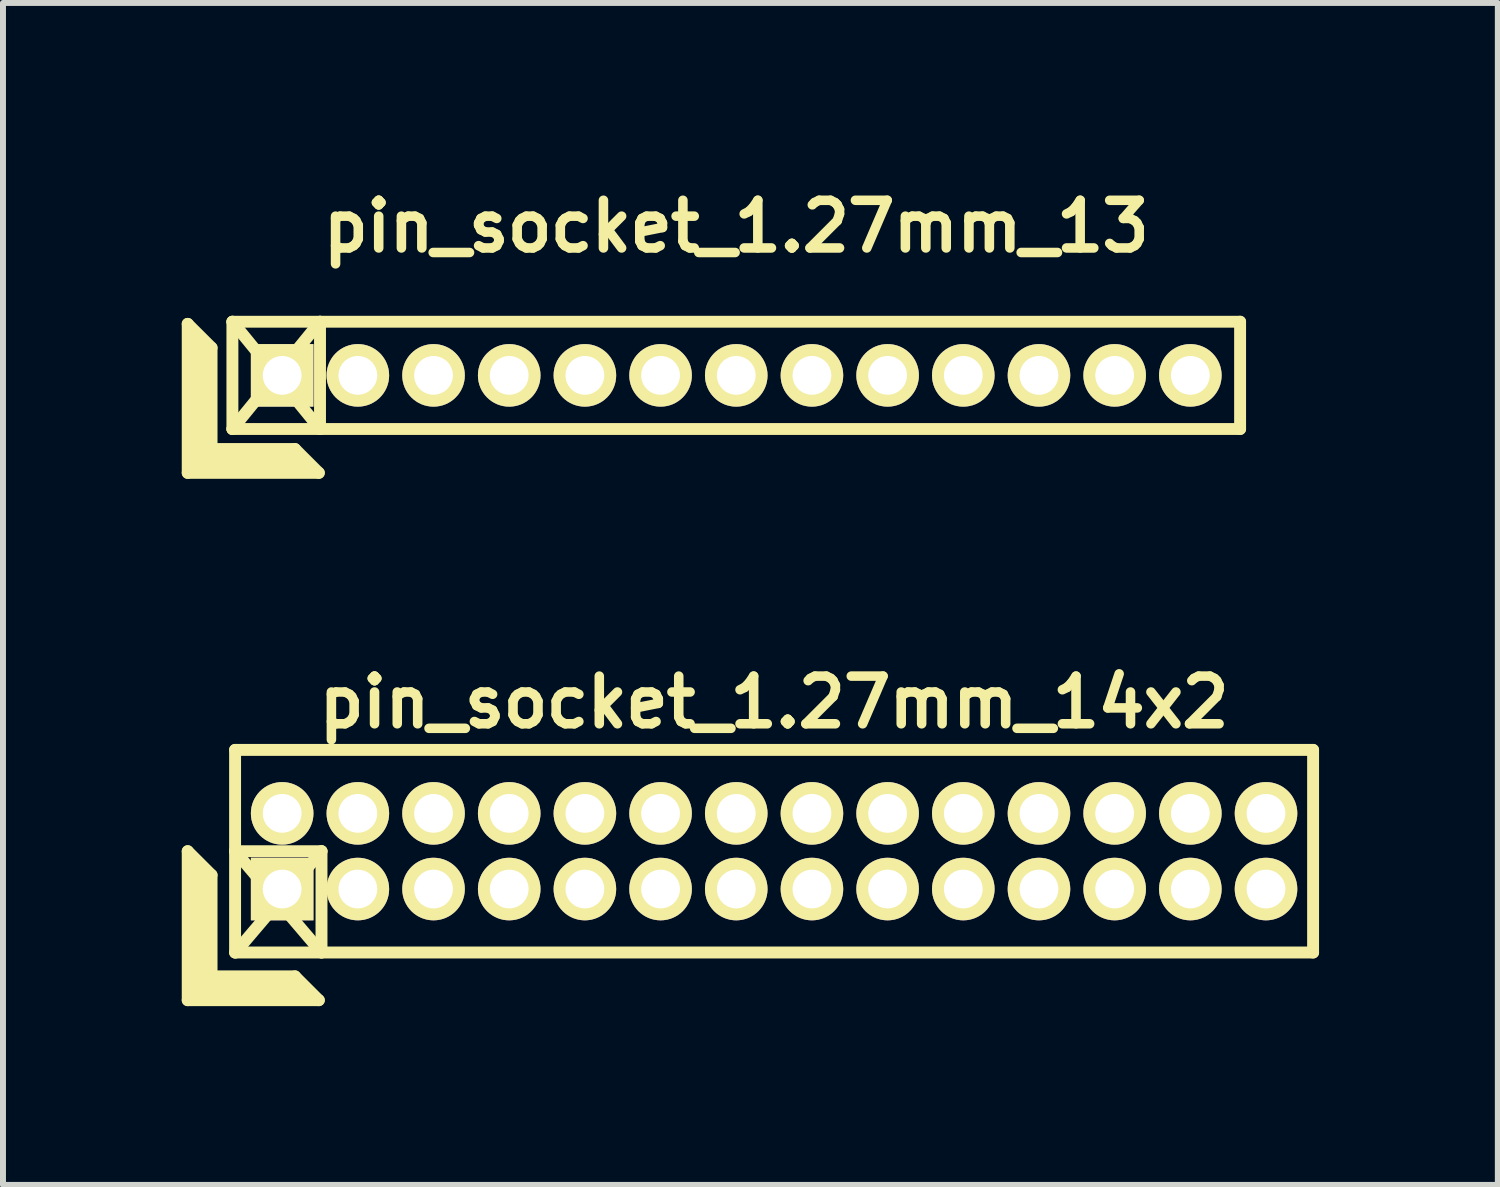
<source format=kicad_pcb>
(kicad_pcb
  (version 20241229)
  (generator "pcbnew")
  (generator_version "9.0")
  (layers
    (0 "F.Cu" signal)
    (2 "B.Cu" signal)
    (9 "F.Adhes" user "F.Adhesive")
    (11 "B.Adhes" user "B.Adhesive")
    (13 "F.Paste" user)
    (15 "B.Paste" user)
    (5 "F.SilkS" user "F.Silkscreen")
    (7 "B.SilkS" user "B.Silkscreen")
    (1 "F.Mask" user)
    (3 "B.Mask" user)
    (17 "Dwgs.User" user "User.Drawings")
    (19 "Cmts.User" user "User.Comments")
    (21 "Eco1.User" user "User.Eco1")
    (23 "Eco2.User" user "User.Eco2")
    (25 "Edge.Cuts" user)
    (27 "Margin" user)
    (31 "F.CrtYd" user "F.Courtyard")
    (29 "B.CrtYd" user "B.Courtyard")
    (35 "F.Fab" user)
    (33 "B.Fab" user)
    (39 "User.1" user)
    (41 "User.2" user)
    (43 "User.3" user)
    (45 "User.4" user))
  (footprint "pin_socket_1.27mm_14x2"
    (layer "F.Cu")
    (at 9.94 11.234)
    (property "Reference" "pin_socket_1.27mm_14x2" (at 0 -2.5 0) (layer "F.SilkS") (effects (font (size 0.8 0.8) (thickness 0.16))))
    (attr through_hole)
    (fp_line (start -9.84 0) (end -9.84 2.5) (stroke (width 0.2) (type solid)) (layer "F.SilkS"))
    (fp_line (start -9.84 0) (end -9.44 0.4) (stroke (width 0.2) (type solid)) (layer "F.SilkS"))
    (fp_line (start -9.84 2.5) (end -7.64 2.5) (stroke (width 0.2) (type solid)) (layer "F.SilkS"))
    (fp_line (start -9.74 2.4) (end -9.74 0.2) (stroke (width 0.2) (type solid)) (layer "F.SilkS"))
    (fp_line (start -9.74 2.4) (end -7.84 2.4) (stroke (width 0.2) (type solid)) (layer "F.SilkS"))
    (fp_line (start -9.64 2.3) (end -9.64 0.3) (stroke (width 0.2) (type solid)) (layer "F.SilkS"))
    (fp_line (start -9.64 2.3) (end -7.94 2.3) (stroke (width 0.2) (type solid)) (layer "F.SilkS"))
    (fp_line (start -9.54 2.2) (end -9.54 0.4) (stroke (width 0.2) (type solid)) (layer "F.SilkS"))
    (fp_line (start -9.54 2.2) (end -8.04 2.2) (stroke (width 0.2) (type solid)) (layer "F.SilkS"))
    (fp_line (start -9.44 2.1) (end -9.44 0.4) (stroke (width 0.2) (type solid)) (layer "F.SilkS"))
    (fp_line (start -9.44 2.1) (end -8.04 2.1) (stroke (width 0.2) (type solid)) (layer "F.SilkS"))
    (fp_line (start -9.045 -1.7) (end 9.045 -1.7) (stroke (width 0.2) (type solid)) (layer "F.SilkS"))
    (fp_line (start -9.045 0) (end -7.595 0) (stroke (width 0.2) (type solid)) (layer "F.SilkS"))
    (fp_line (start -9.045 0) (end -7.595 1.7) (stroke (width 0.2) (type solid)) (layer "F.SilkS"))
    (fp_line (start -9.045 1.7) (end -9.045 -1.7) (stroke (width 0.2) (type solid)) (layer "F.SilkS"))
    (fp_line (start -8.04 2.1) (end -7.64 2.5) (stroke (width 0.2) (type solid)) (layer "F.SilkS"))
    (fp_line (start -7.595 0) (end -9.04 1.7) (stroke (width 0.2) (type solid)) (layer "F.SilkS"))
    (fp_line (start -7.595 0) (end -7.595 1.7) (stroke (width 0.2) (type solid)) (layer "F.SilkS"))
    (fp_line (start 9.045 -1.7) (end 9.045 1.7) (stroke (width 0.2) (type solid)) (layer "F.SilkS"))
    (fp_line (start 9.045 1.7) (end -9.045 1.7) (stroke (width 0.2) (type solid)) (layer "F.SilkS"))
    (pad "1" thru_hole rect (at -8.255 0.635) (size 1.05 1.05) (drill 0.65) (layers "*.Cu" "*.Mask" "F.SilkS"))
    (pad "2" thru_hole oval (at -8.255 -0.635) (size 1.05 1.05) (drill 0.65) (layers "*.Cu" "*.Mask" "F.SilkS"))
    (pad "3" thru_hole oval (at -6.985 0.635) (size 1.05 1.05) (drill 0.65) (layers "*.Cu" "*.Mask" "F.SilkS"))
    (pad "4" thru_hole oval (at -6.985 -0.635) (size 1.05 1.05) (drill 0.65) (layers "*.Cu" "*.Mask" "F.SilkS"))
    (pad "5" thru_hole oval (at -5.715 0.635) (size 1.05 1.05) (drill 0.65) (layers "*.Cu" "*.Mask" "F.SilkS"))
    (pad "6" thru_hole oval (at -5.715 -0.635) (size 1.05 1.05) (drill 0.65) (layers "*.Cu" "*.Mask" "F.SilkS"))
    (pad "7" thru_hole oval (at -4.445 0.635) (size 1.05 1.05) (drill 0.65) (layers "*.Cu" "*.Mask" "F.SilkS"))
    (pad "8" thru_hole oval (at -4.445 -0.635) (size 1.05 1.05) (drill 0.65) (layers "*.Cu" "*.Mask" "F.SilkS"))
    (pad "9" thru_hole oval (at -3.175 0.635) (size 1.05 1.05) (drill 0.65) (layers "*.Cu" "*.Mask" "F.SilkS"))
    (pad "10" thru_hole oval (at -3.175 -0.635) (size 1.05 1.05) (drill 0.65) (layers "*.Cu" "*.Mask" "F.SilkS"))
    (pad "11" thru_hole oval (at -1.905 0.635) (size 1.05 1.05) (drill 0.65) (layers "*.Cu" "*.Mask" "F.SilkS"))
    (pad "12" thru_hole oval (at -1.905 -0.635) (size 1.05 1.05) (drill 0.65) (layers "*.Cu" "*.Mask" "F.SilkS"))
    (pad "13" thru_hole oval (at -0.635 0.635) (size 1.05 1.05) (drill 0.65) (layers "*.Cu" "*.Mask" "F.SilkS"))
    (pad "14" thru_hole oval (at -0.635 -0.635) (size 1.05 1.05) (drill 0.65) (layers "*.Cu" "*.Mask" "F.SilkS"))
    (pad "15" thru_hole oval (at 0.635 0.635) (size 1.05 1.05) (drill 0.65) (layers "*.Cu" "*.Mask" "F.SilkS"))
    (pad "16" thru_hole oval (at 0.635 -0.635) (size 1.05 1.05) (drill 0.65) (layers "*.Cu" "*.Mask" "F.SilkS"))
    (pad "17" thru_hole oval (at 1.905 0.635) (size 1.05 1.05) (drill 0.65) (layers "*.Cu" "*.Mask" "F.SilkS"))
    (pad "18" thru_hole oval (at 1.905 -0.635) (size 1.05 1.05) (drill 0.65) (layers "*.Cu" "*.Mask" "F.SilkS"))
    (pad "19" thru_hole oval (at 3.175 0.635) (size 1.05 1.05) (drill 0.65) (layers "*.Cu" "*.Mask" "F.SilkS"))
    (pad "20" thru_hole oval (at 3.175 -0.635) (size 1.05 1.05) (drill 0.65) (layers "*.Cu" "*.Mask" "F.SilkS"))
    (pad "21" thru_hole oval (at 4.445 0.635) (size 1.05 1.05) (drill 0.65) (layers "*.Cu" "*.Mask" "F.SilkS"))
    (pad "22" thru_hole oval (at 4.445 -0.635) (size 1.05 1.05) (drill 0.65) (layers "*.Cu" "*.Mask" "F.SilkS"))
    (pad "23" thru_hole oval (at 5.715 0.635) (size 1.05 1.05) (drill 0.65) (layers "*.Cu" "*.Mask" "F.SilkS"))
    (pad "24" thru_hole oval (at 5.715 -0.635) (size 1.05 1.05) (drill 0.65) (layers "*.Cu" "*.Mask" "F.SilkS"))
    (pad "25" thru_hole oval (at 6.985 0.635) (size 1.05 1.05) (drill 0.65) (layers "*.Cu" "*.Mask" "F.SilkS"))
    (pad "26" thru_hole oval (at 6.985 -0.635) (size 1.05 1.05) (drill 0.65) (layers "*.Cu" "*.Mask" "F.SilkS"))
    (pad "27" thru_hole oval (at 8.255 0.635) (size 1.05 1.05) (drill 0.65) (layers "*.Cu" "*.Mask" "F.SilkS"))
    (pad "28" thru_hole oval (at 8.255 -0.635) (size 1.05 1.05) (drill 0.65) (layers "*.Cu" "*.Mask" "F.SilkS")))
  (footprint "pin_socket_1.27mm_13"
    (layer "F.Cu")
    (at 9.305 3.249)
    (property "Reference" "pin_socket_1.27mm_13" (at 0 -2.5 0) (layer "F.SilkS") (effects (font (size 0.8 0.8) (thickness 0.16))))
    (attr through_hole)
    (fp_line (start -9.205 -0.864) (end -9.205 1.636) (stroke (width 0.2) (type solid)) (layer "F.SilkS"))
    (fp_line (start -9.205 -0.864) (end -8.805 -0.464) (stroke (width 0.2) (type solid)) (layer "F.SilkS"))
    (fp_line (start -9.205 1.636) (end -7.005 1.636) (stroke (width 0.2) (type solid)) (layer "F.SilkS"))
    (fp_line (start -9.105 1.536) (end -9.105 -0.664) (stroke (width 0.2) (type solid)) (layer "F.SilkS"))
    (fp_line (start -9.105 1.536) (end -7.205 1.536) (stroke (width 0.2) (type solid)) (layer "F.SilkS"))
    (fp_line (start -9.005 1.436) (end -9.005 -0.564) (stroke (width 0.2) (type solid)) (layer "F.SilkS"))
    (fp_line (start -9.005 1.436) (end -7.305 1.436) (stroke (width 0.2) (type solid)) (layer "F.SilkS"))
    (fp_line (start -8.905 1.336) (end -8.905 -0.464) (stroke (width 0.2) (type solid)) (layer "F.SilkS"))
    (fp_line (start -8.905 1.336) (end -7.405 1.336) (stroke (width 0.2) (type solid)) (layer "F.SilkS"))
    (fp_line (start -8.805 1.236) (end -8.805 -0.464) (stroke (width 0.2) (type solid)) (layer "F.SilkS"))
    (fp_line (start -8.805 1.236) (end -7.405 1.236) (stroke (width 0.2) (type solid)) (layer "F.SilkS"))
    (fp_line (start -8.455 -0.9) (end -6.985 0.9) (stroke (width 0.2) (type solid)) (layer "F.SilkS"))
    (fp_line (start -8.455 -0.9) (end 8.455 -0.9) (stroke (width 0.2) (type solid)) (layer "F.SilkS"))
    (fp_line (start -8.455 0.9) (end -8.455 -0.9) (stroke (width 0.2) (type solid)) (layer "F.SilkS"))
    (fp_line (start -8.455 0.9) (end -6.985 -0.9) (stroke (width 0.2) (type solid)) (layer "F.SilkS"))
    (fp_line (start -7.405 1.236) (end -7.005 1.636) (stroke (width 0.2) (type solid)) (layer "F.SilkS"))
    (fp_line (start -6.985 -0.9) (end -6.985 0.9) (stroke (width 0.2) (type solid)) (layer "F.SilkS"))
    (fp_line (start 8.455 -0.9) (end 8.455 0.9) (stroke (width 0.2) (type solid)) (layer "F.SilkS"))
    (fp_line (start 8.455 0.9) (end -8.455 0.9) (stroke (width 0.2) (type solid)) (layer "F.SilkS"))
    (pad "1" thru_hole rect (at -7.62 0) (size 1.05 1.05) (drill 0.65) (layers "*.Cu" "*.Mask" "F.SilkS"))
    (pad "2" thru_hole oval (at -6.35 0) (size 1.05 1.05) (drill 0.65) (layers "*.Cu" "*.Mask" "F.SilkS"))
    (pad "3" thru_hole oval (at -5.08 0) (size 1.05 1.05) (drill 0.65) (layers "*.Cu" "*.Mask" "F.SilkS"))
    (pad "4" thru_hole oval (at -3.81 0) (size 1.05 1.05) (drill 0.65) (layers "*.Cu" "*.Mask" "F.SilkS"))
    (pad "5" thru_hole oval (at -2.54 0) (size 1.05 1.05) (drill 0.65) (layers "*.Cu" "*.Mask" "F.SilkS"))
    (pad "6" thru_hole oval (at -1.27 0) (size 1.05 1.05) (drill 0.65) (layers "*.Cu" "*.Mask" "F.SilkS"))
    (pad "7" thru_hole oval (at 0 0) (size 1.05 1.05) (drill 0.65) (layers "*.Cu" "*.Mask" "F.SilkS"))
    (pad "8" thru_hole oval (at 1.27 0) (size 1.05 1.05) (drill 0.65) (layers "*.Cu" "*.Mask" "F.SilkS"))
    (pad "9" thru_hole oval (at 2.54 0) (size 1.05 1.05) (drill 0.65) (layers "*.Cu" "*.Mask" "F.SilkS"))
    (pad "10" thru_hole oval (at 3.81 0) (size 1.05 1.05) (drill 0.65) (layers "*.Cu" "*.Mask" "F.SilkS"))
    (pad "11" thru_hole oval (at 5.08 0) (size 1.05 1.05) (drill 0.65) (layers "*.Cu" "*.Mask" "F.SilkS"))
    (pad "12" thru_hole oval (at 6.35 0) (size 1.05 1.05) (drill 0.65) (layers "*.Cu" "*.Mask" "F.SilkS"))
    (pad "13" thru_hole oval (at 7.62 0) (size 1.05 1.05) (drill 0.65) (layers "*.Cu" "*.Mask" "F.SilkS")))
  (gr_rect
    (start -3 -3)
    (end 22.085 16.834)
    (stroke (width 0.1) (type default))
    (fill no)
    (layer "Edge.Cuts")))
</source>
